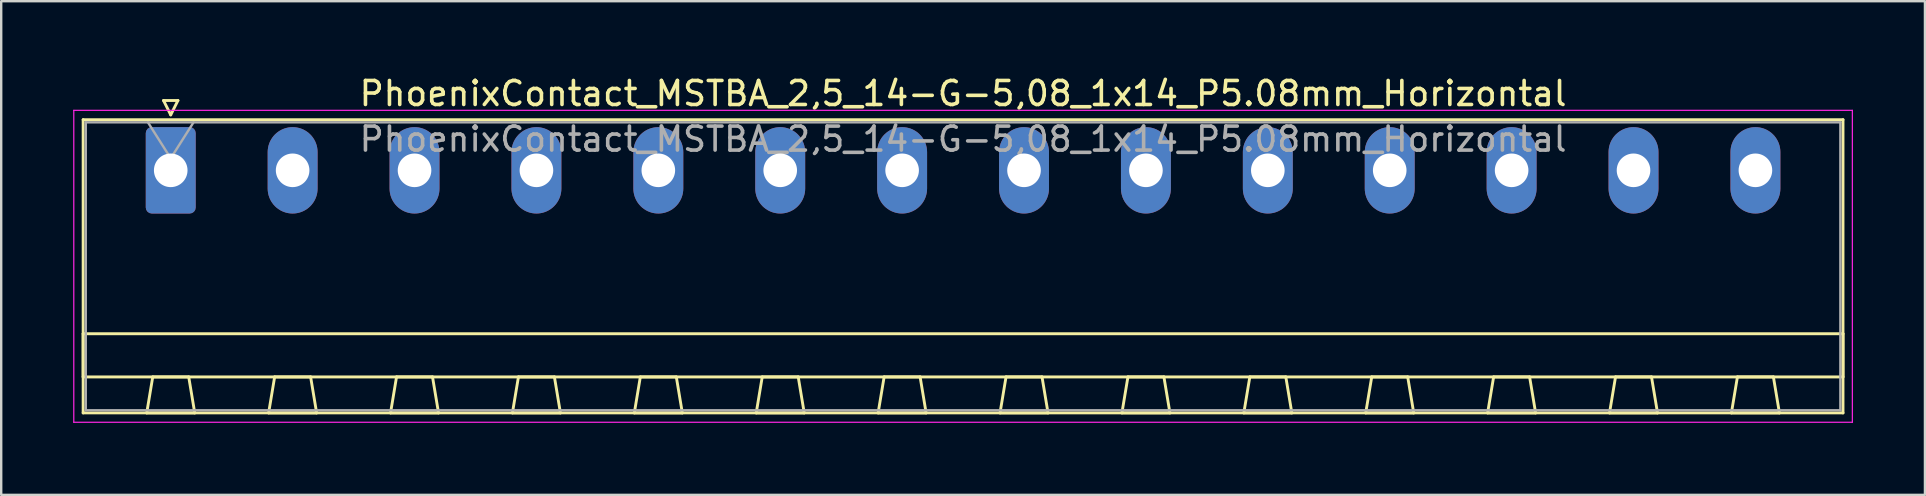
<source format=kicad_pcb>
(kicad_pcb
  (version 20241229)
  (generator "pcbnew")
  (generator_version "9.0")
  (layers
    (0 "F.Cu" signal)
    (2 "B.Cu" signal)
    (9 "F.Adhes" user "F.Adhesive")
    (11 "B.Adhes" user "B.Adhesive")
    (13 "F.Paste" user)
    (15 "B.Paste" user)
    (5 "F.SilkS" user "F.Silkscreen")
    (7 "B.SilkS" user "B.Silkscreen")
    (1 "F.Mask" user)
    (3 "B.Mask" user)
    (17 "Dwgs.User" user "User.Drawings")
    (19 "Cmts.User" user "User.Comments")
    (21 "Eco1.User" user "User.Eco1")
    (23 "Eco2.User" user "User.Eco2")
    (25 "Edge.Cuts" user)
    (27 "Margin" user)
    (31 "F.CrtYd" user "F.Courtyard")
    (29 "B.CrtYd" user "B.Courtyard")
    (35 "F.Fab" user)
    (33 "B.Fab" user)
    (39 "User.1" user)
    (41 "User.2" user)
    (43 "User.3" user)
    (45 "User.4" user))
  (footprint "PhoenixContact_MSTBA_2,5_14-G-5,08_1x14_P5.08mm_Horizontal"
    (layer "F.Cu")
    (at 4.065 4.048)
    (property "Reference" "PhoenixContact_MSTBA_2,5_14-G-5,08_1x14_P5.08mm_Horizontal" (at 33.02 -3.2 0) (layer "F.SilkS") (effects (font (size 1 1) (thickness 0.15))))
    (attr through_hole)
    (fp_line (start -3.65 -2.11) (end -3.65 10.11) (stroke (width 0.12) (type solid)) (layer "F.SilkS"))
    (fp_line (start -3.65 6.81) (end 69.69 6.81) (stroke (width 0.12) (type solid)) (layer "F.SilkS"))
    (fp_line (start -3.65 8.61) (end -3.65 6.81) (stroke (width 0.12) (type solid)) (layer "F.SilkS"))
    (fp_line (start -3.65 10.11) (end 69.69 10.11) (stroke (width 0.12) (type solid)) (layer "F.SilkS"))
    (fp_line (start -1 10.11) (end 1 10.11) (stroke (width 0.12) (type solid)) (layer "F.SilkS"))
    (fp_line (start -0.75 8.61) (end -1 10.11) (stroke (width 0.12) (type solid)) (layer "F.SilkS"))
    (fp_line (start -0.3 -2.91) (end 0.3 -2.91) (stroke (width 0.12) (type solid)) (layer "F.SilkS"))
    (fp_line (start 0 -2.31) (end -0.3 -2.91) (stroke (width 0.12) (type solid)) (layer "F.SilkS"))
    (fp_line (start 0.3 -2.91) (end 0 -2.31) (stroke (width 0.12) (type solid)) (layer "F.SilkS"))
    (fp_line (start 0.75 8.61) (end -0.75 8.61) (stroke (width 0.12) (type solid)) (layer "F.SilkS"))
    (fp_line (start 1 10.11) (end 0.75 8.61) (stroke (width 0.12) (type solid)) (layer "F.SilkS"))
    (fp_line (start 4.08 10.11) (end 6.08 10.11) (stroke (width 0.12) (type solid)) (layer "F.SilkS"))
    (fp_line (start 4.33 8.61) (end 4.08 10.11) (stroke (width 0.12) (type solid)) (layer "F.SilkS"))
    (fp_line (start 5.83 8.61) (end 4.33 8.61) (stroke (width 0.12) (type solid)) (layer "F.SilkS"))
    (fp_line (start 6.08 10.11) (end 5.83 8.61) (stroke (width 0.12) (type solid)) (layer "F.SilkS"))
    (fp_line (start 9.16 10.11) (end 11.16 10.11) (stroke (width 0.12) (type solid)) (layer "F.SilkS"))
    (fp_line (start 9.41 8.61) (end 9.16 10.11) (stroke (width 0.12) (type solid)) (layer "F.SilkS"))
    (fp_line (start 10.91 8.61) (end 9.41 8.61) (stroke (width 0.12) (type solid)) (layer "F.SilkS"))
    (fp_line (start 11.16 10.11) (end 10.91 8.61) (stroke (width 0.12) (type solid)) (layer "F.SilkS"))
    (fp_line (start 14.24 10.11) (end 16.24 10.11) (stroke (width 0.12) (type solid)) (layer "F.SilkS"))
    (fp_line (start 14.49 8.61) (end 14.24 10.11) (stroke (width 0.12) (type solid)) (layer "F.SilkS"))
    (fp_line (start 15.99 8.61) (end 14.49 8.61) (stroke (width 0.12) (type solid)) (layer "F.SilkS"))
    (fp_line (start 16.24 10.11) (end 15.99 8.61) (stroke (width 0.12) (type solid)) (layer "F.SilkS"))
    (fp_line (start 19.32 10.11) (end 21.32 10.11) (stroke (width 0.12) (type solid)) (layer "F.SilkS"))
    (fp_line (start 19.57 8.61) (end 19.32 10.11) (stroke (width 0.12) (type solid)) (layer "F.SilkS"))
    (fp_line (start 21.07 8.61) (end 19.57 8.61) (stroke (width 0.12) (type solid)) (layer "F.SilkS"))
    (fp_line (start 21.32 10.11) (end 21.07 8.61) (stroke (width 0.12) (type solid)) (layer "F.SilkS"))
    (fp_line (start 24.4 10.11) (end 26.4 10.11) (stroke (width 0.12) (type solid)) (layer "F.SilkS"))
    (fp_line (start 24.65 8.61) (end 24.4 10.11) (stroke (width 0.12) (type solid)) (layer "F.SilkS"))
    (fp_line (start 26.15 8.61) (end 24.65 8.61) (stroke (width 0.12) (type solid)) (layer "F.SilkS"))
    (fp_line (start 26.4 10.11) (end 26.15 8.61) (stroke (width 0.12) (type solid)) (layer "F.SilkS"))
    (fp_line (start 29.48 10.11) (end 31.48 10.11) (stroke (width 0.12) (type solid)) (layer "F.SilkS"))
    (fp_line (start 29.73 8.61) (end 29.48 10.11) (stroke (width 0.12) (type solid)) (layer "F.SilkS"))
    (fp_line (start 31.23 8.61) (end 29.73 8.61) (stroke (width 0.12) (type solid)) (layer "F.SilkS"))
    (fp_line (start 31.48 10.11) (end 31.23 8.61) (stroke (width 0.12) (type solid)) (layer "F.SilkS"))
    (fp_line (start 34.56 10.11) (end 36.56 10.11) (stroke (width 0.12) (type solid)) (layer "F.SilkS"))
    (fp_line (start 34.81 8.61) (end 34.56 10.11) (stroke (width 0.12) (type solid)) (layer "F.SilkS"))
    (fp_line (start 36.31 8.61) (end 34.81 8.61) (stroke (width 0.12) (type solid)) (layer "F.SilkS"))
    (fp_line (start 36.56 10.11) (end 36.31 8.61) (stroke (width 0.12) (type solid)) (layer "F.SilkS"))
    (fp_line (start 39.64 10.11) (end 41.64 10.11) (stroke (width 0.12) (type solid)) (layer "F.SilkS"))
    (fp_line (start 39.89 8.61) (end 39.64 10.11) (stroke (width 0.12) (type solid)) (layer "F.SilkS"))
    (fp_line (start 41.39 8.61) (end 39.89 8.61) (stroke (width 0.12) (type solid)) (layer "F.SilkS"))
    (fp_line (start 41.64 10.11) (end 41.39 8.61) (stroke (width 0.12) (type solid)) (layer "F.SilkS"))
    (fp_line (start 44.72 10.11) (end 46.72 10.11) (stroke (width 0.12) (type solid)) (layer "F.SilkS"))
    (fp_line (start 44.97 8.61) (end 44.72 10.11) (stroke (width 0.12) (type solid)) (layer "F.SilkS"))
    (fp_line (start 46.47 8.61) (end 44.97 8.61) (stroke (width 0.12) (type solid)) (layer "F.SilkS"))
    (fp_line (start 46.72 10.11) (end 46.47 8.61) (stroke (width 0.12) (type solid)) (layer "F.SilkS"))
    (fp_line (start 49.8 10.11) (end 51.8 10.11) (stroke (width 0.12) (type solid)) (layer "F.SilkS"))
    (fp_line (start 50.05 8.61) (end 49.8 10.11) (stroke (width 0.12) (type solid)) (layer "F.SilkS"))
    (fp_line (start 51.55 8.61) (end 50.05 8.61) (stroke (width 0.12) (type solid)) (layer "F.SilkS"))
    (fp_line (start 51.8 10.11) (end 51.55 8.61) (stroke (width 0.12) (type solid)) (layer "F.SilkS"))
    (fp_line (start 54.88 10.11) (end 56.88 10.11) (stroke (width 0.12) (type solid)) (layer "F.SilkS"))
    (fp_line (start 55.13 8.61) (end 54.88 10.11) (stroke (width 0.12) (type solid)) (layer "F.SilkS"))
    (fp_line (start 56.63 8.61) (end 55.13 8.61) (stroke (width 0.12) (type solid)) (layer "F.SilkS"))
    (fp_line (start 56.88 10.11) (end 56.63 8.61) (stroke (width 0.12) (type solid)) (layer "F.SilkS"))
    (fp_line (start 59.96 10.11) (end 61.96 10.11) (stroke (width 0.12) (type solid)) (layer "F.SilkS"))
    (fp_line (start 60.21 8.61) (end 59.96 10.11) (stroke (width 0.12) (type solid)) (layer "F.SilkS"))
    (fp_line (start 61.71 8.61) (end 60.21 8.61) (stroke (width 0.12) (type solid)) (layer "F.SilkS"))
    (fp_line (start 61.96 10.11) (end 61.71 8.61) (stroke (width 0.12) (type solid)) (layer "F.SilkS"))
    (fp_line (start 65.04 10.11) (end 67.04 10.11) (stroke (width 0.12) (type solid)) (layer "F.SilkS"))
    (fp_line (start 65.29 8.61) (end 65.04 10.11) (stroke (width 0.12) (type solid)) (layer "F.SilkS"))
    (fp_line (start 66.79 8.61) (end 65.29 8.61) (stroke (width 0.12) (type solid)) (layer "F.SilkS"))
    (fp_line (start 67.04 10.11) (end 66.79 8.61) (stroke (width 0.12) (type solid)) (layer "F.SilkS"))
    (fp_line (start 69.69 -2.11) (end -3.65 -2.11) (stroke (width 0.12) (type solid)) (layer "F.SilkS"))
    (fp_line (start 69.69 6.81) (end 69.69 8.61) (stroke (width 0.12) (type solid)) (layer "F.SilkS"))
    (fp_line (start 69.69 8.61) (end -3.65 8.61) (stroke (width 0.12) (type solid)) (layer "F.SilkS"))
    (fp_line (start 69.69 10.11) (end 69.69 -2.11) (stroke (width 0.12) (type solid)) (layer "F.SilkS"))
    (fp_line (start -4.04 -2.5) (end -4.04 10.5) (stroke (width 0.05) (type solid)) (layer "F.CrtYd"))
    (fp_line (start -4.04 10.5) (end 70.08 10.5) (stroke (width 0.05) (type solid)) (layer "F.CrtYd"))
    (fp_line (start 70.08 -2.5) (end -4.04 -2.5) (stroke (width 0.05) (type solid)) (layer "F.CrtYd"))
    (fp_line (start 70.08 10.5) (end 70.08 -2.5) (stroke (width 0.05) (type solid)) (layer "F.CrtYd"))
    (fp_line (start -3.54 -2) (end -3.54 10) (stroke (width 0.1) (type solid)) (layer "F.Fab"))
    (fp_line (start -3.54 10) (end 69.58 10) (stroke (width 0.1) (type solid)) (layer "F.Fab"))
    (fp_line (start 0 -0.5) (end -0.95 -2) (stroke (width 0.1) (type solid)) (layer "F.Fab"))
    (fp_line (start 0.95 -2) (end 0 -0.5) (stroke (width 0.1) (type solid)) (layer "F.Fab"))
    (fp_line (start 69.58 -2) (end -3.54 -2) (stroke (width 0.1) (type solid)) (layer "F.Fab"))
    (fp_line (start 69.58 10) (end 69.58 -2) (stroke (width 0.1) (type solid)) (layer "F.Fab"))
    (fp_text user "${REFERENCE}" (at 33.02 -1.3 0) (layer "F.Fab") (effects (font (size 1 1) (thickness 0.15))))
    (pad "1" thru_hole roundrect (at 0 0) (size 2.08 3.6) (drill 1.4) (layers "*.Cu" "*.Mask") (roundrect_rratio 0.12))
    (pad "2" thru_hole oval (at 5.08 0) (size 2.08 3.6) (drill 1.4) (layers "*.Cu" "*.Mask"))
    (pad "3" thru_hole oval (at 10.16 0) (size 2.08 3.6) (drill 1.4) (layers "*.Cu" "*.Mask"))
    (pad "4" thru_hole oval (at 15.24 0) (size 2.08 3.6) (drill 1.4) (layers "*.Cu" "*.Mask"))
    (pad "5" thru_hole oval (at 20.32 0) (size 2.08 3.6) (drill 1.4) (layers "*.Cu" "*.Mask"))
    (pad "6" thru_hole oval (at 25.4 0) (size 2.08 3.6) (drill 1.4) (layers "*.Cu" "*.Mask"))
    (pad "7" thru_hole oval (at 30.48 0) (size 2.08 3.6) (drill 1.4) (layers "*.Cu" "*.Mask"))
    (pad "8" thru_hole oval (at 35.56 0) (size 2.08 3.6) (drill 1.4) (layers "*.Cu" "*.Mask"))
    (pad "9" thru_hole oval (at 40.64 0) (size 2.08 3.6) (drill 1.4) (layers "*.Cu" "*.Mask"))
    (pad "10" thru_hole oval (at 45.72 0) (size 2.08 3.6) (drill 1.4) (layers "*.Cu" "*.Mask"))
    (pad "11" thru_hole oval (at 50.8 0) (size 2.08 3.6) (drill 1.4) (layers "*.Cu" "*.Mask"))
    (pad "12" thru_hole oval (at 55.88 0) (size 2.08 3.6) (drill 1.4) (layers "*.Cu" "*.Mask"))
    (pad "13" thru_hole oval (at 60.96 0) (size 2.08 3.6) (drill 1.4) (layers "*.Cu" "*.Mask"))
    (pad "14" thru_hole oval (at 66.04 0) (size 2.08 3.6) (drill 1.4) (layers "*.Cu" "*.Mask")))
  (gr_rect
    (start -3 -3)
    (end 77.17 17.573)
    (stroke (width 0.1) (type default))
    (fill no)
    (layer "Edge.Cuts")))
</source>
